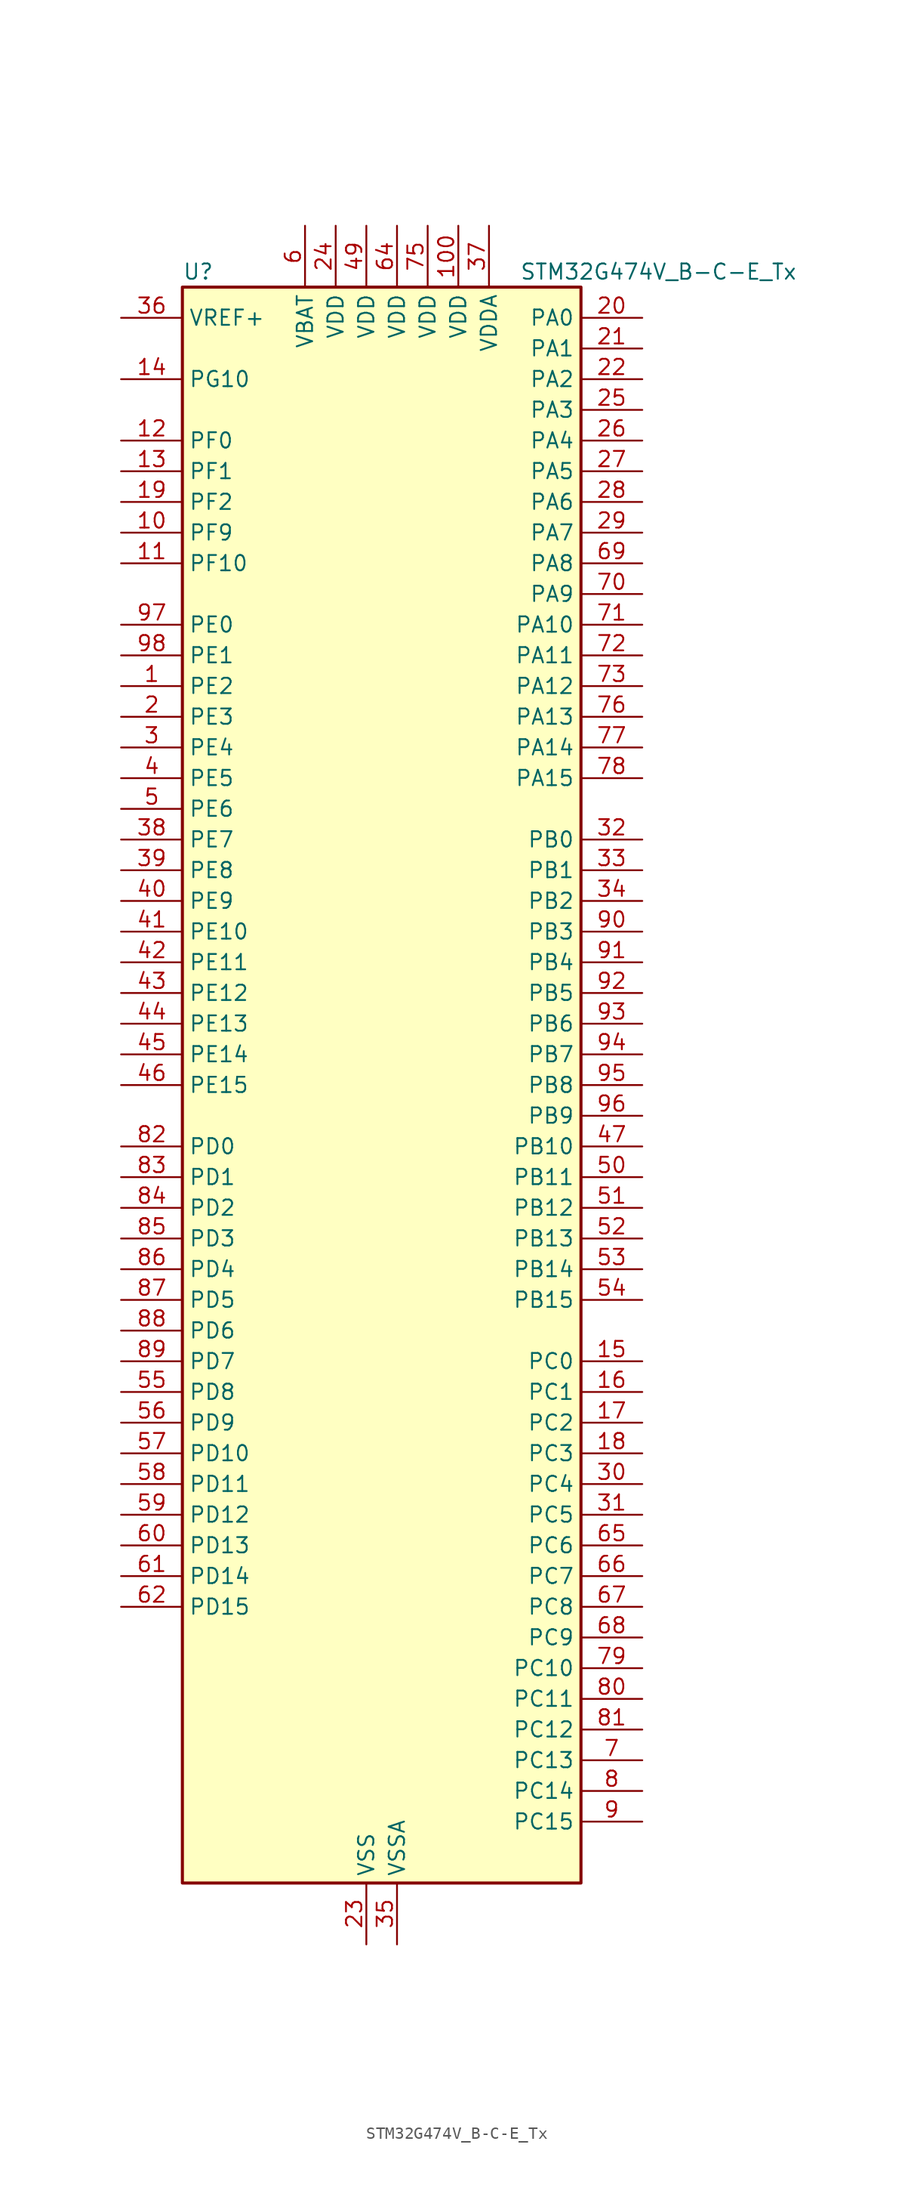
<source format=kicad_sym>
(kicad_symbol_lib
  (version 20231120)
  (generator "kicad_symbol_editor")
  (generator_version "8.0")
  (symbol "STM32G474V_B-C-E_Tx"
    (property "Reference" "U"
      (at -15.24 67.31 0)
      (effects (font (size 1.27 1.27)) (justify left)))
    (property "Value" "STM32G474V_B-C-E_Tx"
      (at 12.7 67.31 0)
      (effects (font (size 1.27 1.27)) (justify left)))
    (property "ki_locked" ""
      (at 0 0 0)
      (effects (font (size 1.27 1.27))))
    (symbol "STM32G474V_B-C-E_Tx_0_1"
      (rectangle (start -15.24 -66.04) (end 17.78 66.04) (stroke (width 0.254) (type default)) (fill (type background))))
    (symbol "STM32G474V_B-C-E_Tx_1_1"
      (pin bidirectional line (at -20.32 33.02 0) (length 5.08) (name "PE2" (effects (font (size 1.27 1.27)))) (number "1" (effects (font (size 1.27 1.27)))) (alternate "ADC3_EXTI2" bidirectional line) (alternate "ADC4_EXTI2" bidirectional line) (alternate "ADC5_EXTI2" bidirectional line) (alternate "FMC_A23" bidirectional line) (alternate "SAI1_CK1" bidirectional line) (alternate "SAI1_MCLK_A" bidirectional line) (alternate "SPI4_SCK" bidirectional line) (alternate "SYS_TRACECLK" bidirectional line) (alternate "TIM20_CH1" bidirectional line) (alternate "TIM3_CH1" bidirectional line))
      (pin bidirectional line (at -20.32 45.72 0) (length 5.08) (name "PF9" (effects (font (size 1.27 1.27)))) (number "10" (effects (font (size 1.27 1.27)))) (alternate "DAC1_EXTI9" bidirectional line) (alternate "DAC2_EXTI9" bidirectional line) (alternate "DAC3_EXTI9" bidirectional line) (alternate "DAC4_EXTI9" bidirectional line) (alternate "FMC_A25" bidirectional line) (alternate "QUADSPI1_BK1_IO1" bidirectional line) (alternate "SAI1_FS_B" bidirectional line) (alternate "SPI2_SCK" bidirectional line) (alternate "TIM15_CH1" bidirectional line) (alternate "TIM20_BKIN" bidirectional line) (alternate "TIM5_CH4" bidirectional line))
      (pin power_in line (at 7.62 71.12 270) (length 5.08) (name "VDD" (effects (font (size 1.27 1.27)))) (number "100" (effects (font (size 1.27 1.27)))))
      (pin bidirectional line (at -20.32 43.18 0) (length 5.08) (name "PF10" (effects (font (size 1.27 1.27)))) (number "11" (effects (font (size 1.27 1.27)))) (alternate "DAC1_EXTI10" bidirectional line) (alternate "DAC2_EXTI10" bidirectional line) (alternate "DAC3_EXTI10" bidirectional line) (alternate "DAC4_EXTI10" bidirectional line) (alternate "FMC_A0" bidirectional line) (alternate "QUADSPI1_CLK" bidirectional line) (alternate "SAI1_D3" bidirectional line) (alternate "SPI2_SCK" bidirectional line) (alternate "TIM15_CH2" bidirectional line) (alternate "TIM20_BKIN2" bidirectional line))
      (pin bidirectional line (at -20.32 53.34 0) (length 5.08) (name "PF0" (effects (font (size 1.27 1.27)))) (number "12" (effects (font (size 1.27 1.27)))) (alternate "ADC1_IN10" bidirectional line) (alternate "I2C2_SDA" bidirectional line) (alternate "I2S2_WS" bidirectional line) (alternate "RCC_OSC_IN" bidirectional line) (alternate "SPI2_NSS" bidirectional line) (alternate "TIM1_CH3N" bidirectional line))
      (pin bidirectional line (at -20.32 50.8 0) (length 5.08) (name "PF1" (effects (font (size 1.27 1.27)))) (number "13" (effects (font (size 1.27 1.27)))) (alternate "ADC2_IN10" bidirectional line) (alternate "COMP3_INM" bidirectional line) (alternate "I2S2_CK" bidirectional line) (alternate "RCC_OSC_OUT" bidirectional line) (alternate "SPI2_SCK" bidirectional line))
      (pin bidirectional line (at -20.32 58.42 0) (length 5.08) (name "PG10" (effects (font (size 1.27 1.27)))) (number "14" (effects (font (size 1.27 1.27)))) (alternate "DAC1_EXTI10" bidirectional line) (alternate "DAC2_EXTI10" bidirectional line) (alternate "DAC3_EXTI10" bidirectional line) (alternate "DAC4_EXTI10" bidirectional line) (alternate "RCC_MCO" bidirectional line))
      (pin bidirectional line (at 22.86 -22.86 180) (length 5.08) (name "PC0" (effects (font (size 1.27 1.27)))) (number "15" (effects (font (size 1.27 1.27)))) (alternate "ADC1_IN6" bidirectional line) (alternate "ADC2_IN6" bidirectional line) (alternate "COMP3_INM" bidirectional line) (alternate "LPTIM1_IN1" bidirectional line) (alternate "LPUART1_RX" bidirectional line) (alternate "TIM1_CH1" bidirectional line))
      (pin bidirectional line (at 22.86 -25.4 180) (length 5.08) (name "PC1" (effects (font (size 1.27 1.27)))) (number "16" (effects (font (size 1.27 1.27)))) (alternate "ADC1_IN7" bidirectional line) (alternate "ADC2_IN7" bidirectional line) (alternate "COMP3_INP" bidirectional line) (alternate "LPTIM1_OUT" bidirectional line) (alternate "LPUART1_TX" bidirectional line) (alternate "QUADSPI1_BK2_IO0" bidirectional line) (alternate "SAI1_SD_A" bidirectional line) (alternate "TIM1_CH2" bidirectional line))
      (pin bidirectional line (at 22.86 -27.94 180) (length 5.08) (name "PC2" (effects (font (size 1.27 1.27)))) (number "17" (effects (font (size 1.27 1.27)))) (alternate "ADC1_IN8" bidirectional line) (alternate "ADC2_IN8" bidirectional line) (alternate "ADC3_EXTI2" bidirectional line) (alternate "ADC4_EXTI2" bidirectional line) (alternate "ADC5_EXTI2" bidirectional line) (alternate "COMP3_OUT" bidirectional line) (alternate "LPTIM1_IN2" bidirectional line) (alternate "QUADSPI1_BK2_IO1" bidirectional line) (alternate "TIM1_CH3" bidirectional line) (alternate "TIM20_CH2" bidirectional line))
      (pin bidirectional line (at 22.86 -30.48 180) (length 5.08) (name "PC3" (effects (font (size 1.27 1.27)))) (number "18" (effects (font (size 1.27 1.27)))) (alternate "ADC1_IN9" bidirectional line) (alternate "ADC2_IN9" bidirectional line) (alternate "ADC3_EXTI3" bidirectional line) (alternate "ADC4_EXTI3" bidirectional line) (alternate "ADC5_EXTI3" bidirectional line) (alternate "LPTIM1_ETR" bidirectional line) (alternate "OPAMP5_VINP" bidirectional line) (alternate "OPAMP5_VINP_SEC" bidirectional line) (alternate "QUADSPI1_BK2_IO2" bidirectional line) (alternate "SAI1_D1" bidirectional line) (alternate "SAI1_SD_A" bidirectional line) (alternate "TIM1_BKIN2" bidirectional line) (alternate "TIM1_CH4" bidirectional line))
      (pin bidirectional line (at -20.32 48.26 0) (length 5.08) (name "PF2" (effects (font (size 1.27 1.27)))) (number "19" (effects (font (size 1.27 1.27)))) (alternate "ADC3_EXTI2" bidirectional line) (alternate "ADC4_EXTI2" bidirectional line) (alternate "ADC5_EXTI2" bidirectional line) (alternate "FMC_A2" bidirectional line) (alternate "I2C2_SMBA" bidirectional line) (alternate "TIM20_CH3" bidirectional line))
      (pin bidirectional line (at -20.32 30.48 0) (length 5.08) (name "PE3" (effects (font (size 1.27 1.27)))) (number "2" (effects (font (size 1.27 1.27)))) (alternate "ADC3_EXTI3" bidirectional line) (alternate "ADC4_EXTI3" bidirectional line) (alternate "ADC5_EXTI3" bidirectional line) (alternate "FMC_A19" bidirectional line) (alternate "SAI1_SD_B" bidirectional line) (alternate "SPI4_NSS" bidirectional line) (alternate "SYS_TRACED0" bidirectional line) (alternate "TIM20_CH2" bidirectional line) (alternate "TIM3_CH2" bidirectional line))
      (pin bidirectional line (at 22.86 63.5 180) (length 5.08) (name "PA0" (effects (font (size 1.27 1.27)))) (number "20" (effects (font (size 1.27 1.27)))) (alternate "ADC1_IN1" bidirectional line) (alternate "ADC2_IN1" bidirectional line) (alternate "COMP1_INM" bidirectional line) (alternate "COMP1_OUT" bidirectional line) (alternate "COMP3_INP" bidirectional line) (alternate "RTC_TAMP2" bidirectional line) (alternate "SYS_WKUP1" bidirectional line) (alternate "TIM2_CH1" bidirectional line) (alternate "TIM2_ETR" bidirectional line) (alternate "TIM5_CH1" bidirectional line) (alternate "TIM8_BKIN" bidirectional line) (alternate "TIM8_ETR" bidirectional line) (alternate "USART2_CTS" bidirectional line) (alternate "USART2_NSS" bidirectional line))
      (pin bidirectional line (at 22.86 60.96 180) (length 5.08) (name "PA1" (effects (font (size 1.27 1.27)))) (number "21" (effects (font (size 1.27 1.27)))) (alternate "ADC1_IN2" bidirectional line) (alternate "ADC2_IN2" bidirectional line) (alternate "COMP1_INP" bidirectional line) (alternate "OPAMP1_VINP" bidirectional line) (alternate "OPAMP1_VINP_SEC" bidirectional line) (alternate "OPAMP3_VINP" bidirectional line) (alternate "OPAMP3_VINP_SEC" bidirectional line) (alternate "OPAMP6_VINM" bidirectional line) (alternate "OPAMP6_VINM0" bidirectional line) (alternate "OPAMP6_VINM_SEC" bidirectional line) (alternate "RTC_REFIN" bidirectional line) (alternate "TIM15_CH1N" bidirectional line) (alternate "TIM2_CH2" bidirectional line) (alternate "TIM5_CH2" bidirectional line) (alternate "USART2_DE" bidirectional line) (alternate "USART2_RTS" bidirectional line))
      (pin bidirectional line (at 22.86 58.42 180) (length 5.08) (name "PA2" (effects (font (size 1.27 1.27)))) (number "22" (effects (font (size 1.27 1.27)))) (alternate "ADC1_IN3" bidirectional line) (alternate "ADC3_EXTI2" bidirectional line) (alternate "ADC4_EXTI2" bidirectional line) (alternate "ADC5_EXTI2" bidirectional line) (alternate "COMP2_INM" bidirectional line) (alternate "COMP2_OUT" bidirectional line) (alternate "LPUART1_TX" bidirectional line) (alternate "OPAMP1_VOUT" bidirectional line) (alternate "QUADSPI1_BK1_NCS" bidirectional line) (alternate "RCC_LSCO" bidirectional line) (alternate "SYS_WKUP4" bidirectional line) (alternate "TIM15_CH1" bidirectional line) (alternate "TIM2_CH3" bidirectional line) (alternate "TIM5_CH3" bidirectional line) (alternate "UCPD1_FRSTX1" bidirectional line) (alternate "UCPD1_FRSTX2" bidirectional line) (alternate "USART2_TX" bidirectional line))
      (pin power_in line (at 0 -71.12 90) (length 5.08) (name "VSS" (effects (font (size 1.27 1.27)))) (number "23" (effects (font (size 1.27 1.27)))))
      (pin power_in line (at -2.54 71.12 270) (length 5.08) (name "VDD" (effects (font (size 1.27 1.27)))) (number "24" (effects (font (size 1.27 1.27)))))
      (pin bidirectional line (at 22.86 55.88 180) (length 5.08) (name "PA3" (effects (font (size 1.27 1.27)))) (number "25" (effects (font (size 1.27 1.27)))) (alternate "ADC1_IN4" bidirectional line) (alternate "ADC3_EXTI3" bidirectional line) (alternate "ADC4_EXTI3" bidirectional line) (alternate "ADC5_EXTI3" bidirectional line) (alternate "COMP2_INP" bidirectional line) (alternate "LPUART1_RX" bidirectional line) (alternate "OPAMP1_VINM" bidirectional line) (alternate "OPAMP1_VINM0" bidirectional line) (alternate "OPAMP1_VINM_SEC" bidirectional line) (alternate "OPAMP1_VINP" bidirectional line) (alternate "OPAMP1_VINP_SEC" bidirectional line) (alternate "OPAMP5_VINM" bidirectional line) (alternate "OPAMP5_VINM1" bidirectional line) (alternate "OPAMP5_VINM_SEC" bidirectional line) (alternate "QUADSPI1_CLK" bidirectional line) (alternate "SAI1_CK1" bidirectional line) (alternate "SAI1_MCLK_A" bidirectional line) (alternate "TIM15_CH2" bidirectional line) (alternate "TIM2_CH4" bidirectional line) (alternate "TIM5_CH4" bidirectional line) (alternate "USART2_RX" bidirectional line))
      (pin bidirectional line (at 22.86 53.34 180) (length 5.08) (name "PA4" (effects (font (size 1.27 1.27)))) (number "26" (effects (font (size 1.27 1.27)))) (alternate "ADC2_IN17" bidirectional line) (alternate "COMP1_INM" bidirectional line) (alternate "DAC1_OUT1" bidirectional line) (alternate "I2S3_WS" bidirectional line) (alternate "SAI1_FS_B" bidirectional line) (alternate "SPI1_NSS" bidirectional line) (alternate "SPI3_NSS" bidirectional line) (alternate "TIM3_CH2" bidirectional line) (alternate "USART2_CK" bidirectional line))
      (pin bidirectional line (at 22.86 50.8 180) (length 5.08) (name "PA5" (effects (font (size 1.27 1.27)))) (number "27" (effects (font (size 1.27 1.27)))) (alternate "ADC2_IN13" bidirectional line) (alternate "COMP2_INM" bidirectional line) (alternate "DAC1_OUT2" bidirectional line) (alternate "OPAMP2_VINM" bidirectional line) (alternate "OPAMP2_VINM0" bidirectional line) (alternate "OPAMP2_VINM_SEC" bidirectional line) (alternate "SPI1_SCK" bidirectional line) (alternate "TIM2_CH1" bidirectional line) (alternate "TIM2_ETR" bidirectional line) (alternate "UCPD1_FRSTX1" bidirectional line) (alternate "UCPD1_FRSTX2" bidirectional line))
      (pin bidirectional line (at 22.86 48.26 180) (length 5.08) (name "PA6" (effects (font (size 1.27 1.27)))) (number "28" (effects (font (size 1.27 1.27)))) (alternate "ADC2_IN3" bidirectional line) (alternate "COMP1_OUT" bidirectional line) (alternate "DAC2_OUT1" bidirectional line) (alternate "LPUART1_CTS" bidirectional line) (alternate "OPAMP2_VOUT" bidirectional line) (alternate "QUADSPI1_BK1_IO3" bidirectional line) (alternate "SPI1_MISO" bidirectional line) (alternate "TIM16_CH1" bidirectional line) (alternate "TIM1_BKIN" bidirectional line) (alternate "TIM3_CH1" bidirectional line) (alternate "TIM8_BKIN" bidirectional line))
      (pin bidirectional line (at 22.86 45.72 180) (length 5.08) (name "PA7" (effects (font (size 1.27 1.27)))) (number "29" (effects (font (size 1.27 1.27)))) (alternate "ADC2_IN4" bidirectional line) (alternate "COMP2_INP" bidirectional line) (alternate "COMP2_OUT" bidirectional line) (alternate "OPAMP1_VINP" bidirectional line) (alternate "OPAMP1_VINP_SEC" bidirectional line) (alternate "OPAMP2_VINP" bidirectional line) (alternate "OPAMP2_VINP_SEC" bidirectional line) (alternate "QUADSPI1_BK1_IO2" bidirectional line) (alternate "SPI1_MOSI" bidirectional line) (alternate "TIM17_CH1" bidirectional line) (alternate "TIM1_CH1N" bidirectional line) (alternate "TIM3_CH2" bidirectional line) (alternate "TIM8_CH1N" bidirectional line) (alternate "UCPD1_FRSTX1" bidirectional line) (alternate "UCPD1_FRSTX2" bidirectional line))
      (pin bidirectional line (at -20.32 27.94 0) (length 5.08) (name "PE4" (effects (font (size 1.27 1.27)))) (number "3" (effects (font (size 1.27 1.27)))) (alternate "FMC_A20" bidirectional line) (alternate "SAI1_D2" bidirectional line) (alternate "SAI1_FS_A" bidirectional line) (alternate "SPI4_NSS" bidirectional line) (alternate "SYS_TRACED1" bidirectional line) (alternate "TIM20_CH1N" bidirectional line) (alternate "TIM3_CH3" bidirectional line))
      (pin bidirectional line (at 22.86 -33.02 180) (length 5.08) (name "PC4" (effects (font (size 1.27 1.27)))) (number "30" (effects (font (size 1.27 1.27)))) (alternate "ADC2_IN5" bidirectional line) (alternate "I2C2_SCL" bidirectional line) (alternate "QUADSPI1_BK2_IO3" bidirectional line) (alternate "TIM1_ETR" bidirectional line) (alternate "USART1_TX" bidirectional line))
      (pin bidirectional line (at 22.86 -35.56 180) (length 5.08) (name "PC5" (effects (font (size 1.27 1.27)))) (number "31" (effects (font (size 1.27 1.27)))) (alternate "ADC2_IN11" bidirectional line) (alternate "HRTIM1_EEV10" bidirectional line) (alternate "OPAMP1_VINM" bidirectional line) (alternate "OPAMP1_VINM1" bidirectional line) (alternate "OPAMP1_VINM_SEC" bidirectional line) (alternate "OPAMP2_VINM" bidirectional line) (alternate "OPAMP2_VINM1" bidirectional line) (alternate "OPAMP2_VINM_SEC" bidirectional line) (alternate "SAI1_D3" bidirectional line) (alternate "SYS_WKUP5" bidirectional line) (alternate "TIM15_BKIN" bidirectional line) (alternate "TIM1_CH4N" bidirectional line) (alternate "USART1_RX" bidirectional line))
      (pin bidirectional line (at 22.86 20.32 180) (length 5.08) (name "PB0" (effects (font (size 1.27 1.27)))) (number "32" (effects (font (size 1.27 1.27)))) (alternate "ADC1_IN15" bidirectional line) (alternate "ADC3_IN12" bidirectional line) (alternate "COMP4_INP" bidirectional line) (alternate "HRTIM1_FLT5" bidirectional line) (alternate "OPAMP2_VINP" bidirectional line) (alternate "OPAMP2_VINP_SEC" bidirectional line) (alternate "OPAMP3_VINP" bidirectional line) (alternate "OPAMP3_VINP_SEC" bidirectional line) (alternate "QUADSPI1_BK1_IO1" bidirectional line) (alternate "TIM1_CH2N" bidirectional line) (alternate "TIM3_CH3" bidirectional line) (alternate "TIM8_CH2N" bidirectional line) (alternate "UCPD1_FRSTX1" bidirectional line) (alternate "UCPD1_FRSTX2" bidirectional line))
      (pin bidirectional line (at 22.86 17.78 180) (length 5.08) (name "PB1" (effects (font (size 1.27 1.27)))) (number "33" (effects (font (size 1.27 1.27)))) (alternate "ADC1_IN12" bidirectional line) (alternate "ADC3_IN1" bidirectional line) (alternate "COMP1_INP" bidirectional line) (alternate "COMP4_OUT" bidirectional line) (alternate "HRTIM1_SCOUT" bidirectional line) (alternate "LPUART1_DE" bidirectional line) (alternate "LPUART1_RTS" bidirectional line) (alternate "OPAMP3_VOUT" bidirectional line) (alternate "OPAMP6_VINM" bidirectional line) (alternate "OPAMP6_VINM1" bidirectional line) (alternate "OPAMP6_VINM_SEC" bidirectional line) (alternate "QUADSPI1_BK1_IO0" bidirectional line) (alternate "TIM1_CH3N" bidirectional line) (alternate "TIM3_CH4" bidirectional line) (alternate "TIM8_CH3N" bidirectional line))
      (pin bidirectional line (at 22.86 15.24 180) (length 5.08) (name "PB2" (effects (font (size 1.27 1.27)))) (number "34" (effects (font (size 1.27 1.27)))) (alternate "ADC2_IN12" bidirectional line) (alternate "ADC3_EXTI2" bidirectional line) (alternate "ADC4_EXTI2" bidirectional line) (alternate "ADC5_EXTI2" bidirectional line) (alternate "COMP4_INM" bidirectional line) (alternate "HRTIM1_SCIN" bidirectional line) (alternate "I2C3_SMBA" bidirectional line) (alternate "LPTIM1_OUT" bidirectional line) (alternate "OPAMP3_VINM" bidirectional line) (alternate "OPAMP3_VINM0" bidirectional line) (alternate "OPAMP3_VINM_SEC" bidirectional line) (alternate "QUADSPI1_BK2_IO1" bidirectional line) (alternate "RTC_OUT2" bidirectional line) (alternate "TIM20_CH1" bidirectional line) (alternate "TIM5_CH1" bidirectional line))
      (pin power_in line (at 2.54 -71.12 90) (length 5.08) (name "VSSA" (effects (font (size 1.27 1.27)))) (number "35" (effects (font (size 1.27 1.27)))))
      (pin input line (at -20.32 63.5 0) (length 5.08) (name "VREF+" (effects (font (size 1.27 1.27)))) (number "36" (effects (font (size 1.27 1.27)))) (alternate "VREFBUF_OUT" bidirectional line))
      (pin power_in line (at 10.16 71.12 270) (length 5.08) (name "VDDA" (effects (font (size 1.27 1.27)))) (number "37" (effects (font (size 1.27 1.27)))))
      (pin bidirectional line (at -20.32 20.32 0) (length 5.08) (name "PE7" (effects (font (size 1.27 1.27)))) (number "38" (effects (font (size 1.27 1.27)))) (alternate "ADC3_IN4" bidirectional line) (alternate "COMP4_INP" bidirectional line) (alternate "FMC_D4" bidirectional line) (alternate "FMC_DA4" bidirectional line) (alternate "SAI1_SD_B" bidirectional line) (alternate "TIM1_ETR" bidirectional line))
      (pin bidirectional line (at -20.32 17.78 0) (length 5.08) (name "PE8" (effects (font (size 1.27 1.27)))) (number "39" (effects (font (size 1.27 1.27)))) (alternate "ADC3_IN6" bidirectional line) (alternate "ADC4_IN6" bidirectional line) (alternate "ADC5_IN6" bidirectional line) (alternate "COMP4_INM" bidirectional line) (alternate "FMC_D5" bidirectional line) (alternate "FMC_DA5" bidirectional line) (alternate "SAI1_SCK_B" bidirectional line) (alternate "TIM1_CH1N" bidirectional line) (alternate "TIM5_CH3" bidirectional line))
      (pin bidirectional line (at -20.32 25.4 0) (length 5.08) (name "PE5" (effects (font (size 1.27 1.27)))) (number "4" (effects (font (size 1.27 1.27)))) (alternate "FMC_A21" bidirectional line) (alternate "SAI1_CK2" bidirectional line) (alternate "SAI1_SCK_A" bidirectional line) (alternate "SPI4_MISO" bidirectional line) (alternate "SYS_TRACED2" bidirectional line) (alternate "TIM20_CH2N" bidirectional line) (alternate "TIM3_CH4" bidirectional line))
      (pin bidirectional line (at -20.32 15.24 0) (length 5.08) (name "PE9" (effects (font (size 1.27 1.27)))) (number "40" (effects (font (size 1.27 1.27)))) (alternate "ADC3_IN2" bidirectional line) (alternate "DAC1_EXTI9" bidirectional line) (alternate "DAC2_EXTI9" bidirectional line) (alternate "DAC3_EXTI9" bidirectional line) (alternate "DAC4_EXTI9" bidirectional line) (alternate "FMC_D6" bidirectional line) (alternate "FMC_DA6" bidirectional line) (alternate "SAI1_FS_B" bidirectional line) (alternate "TIM1_CH1" bidirectional line) (alternate "TIM5_CH4" bidirectional line))
      (pin bidirectional line (at -20.32 12.7 0) (length 5.08) (name "PE10" (effects (font (size 1.27 1.27)))) (number "41" (effects (font (size 1.27 1.27)))) (alternate "ADC3_IN14" bidirectional line) (alternate "ADC4_IN14" bidirectional line) (alternate "ADC5_IN14" bidirectional line) (alternate "DAC1_EXTI10" bidirectional line) (alternate "DAC2_EXTI10" bidirectional line) (alternate "DAC3_EXTI10" bidirectional line) (alternate "DAC4_EXTI10" bidirectional line) (alternate "FMC_D7" bidirectional line) (alternate "FMC_DA7" bidirectional line) (alternate "QUADSPI1_CLK" bidirectional line) (alternate "SAI1_MCLK_B" bidirectional line) (alternate "TIM1_CH2N" bidirectional line))
      (pin bidirectional line (at -20.32 10.16 0) (length 5.08) (name "PE11" (effects (font (size 1.27 1.27)))) (number "42" (effects (font (size 1.27 1.27)))) (alternate "ADC1_EXTI11" bidirectional line) (alternate "ADC2_EXTI11" bidirectional line) (alternate "ADC3_IN15" bidirectional line) (alternate "ADC4_IN15" bidirectional line) (alternate "ADC5_IN15" bidirectional line) (alternate "FMC_D8" bidirectional line) (alternate "FMC_DA8" bidirectional line) (alternate "QUADSPI1_BK1_NCS" bidirectional line) (alternate "SPI4_NSS" bidirectional line) (alternate "TIM1_CH2" bidirectional line))
      (pin bidirectional line (at -20.32 7.62 0) (length 5.08) (name "PE12" (effects (font (size 1.27 1.27)))) (number "43" (effects (font (size 1.27 1.27)))) (alternate "ADC3_IN16" bidirectional line) (alternate "ADC4_IN16" bidirectional line) (alternate "ADC5_IN16" bidirectional line) (alternate "FMC_D9" bidirectional line) (alternate "FMC_DA9" bidirectional line) (alternate "QUADSPI1_BK1_IO0" bidirectional line) (alternate "SPI4_SCK" bidirectional line) (alternate "TIM1_CH3N" bidirectional line))
      (pin bidirectional line (at -20.32 5.08 0) (length 5.08) (name "PE13" (effects (font (size 1.27 1.27)))) (number "44" (effects (font (size 1.27 1.27)))) (alternate "ADC3_IN3" bidirectional line) (alternate "FMC_D10" bidirectional line) (alternate "FMC_DA10" bidirectional line) (alternate "QUADSPI1_BK1_IO1" bidirectional line) (alternate "SPI4_MISO" bidirectional line) (alternate "TIM1_CH3" bidirectional line))
      (pin bidirectional line (at -20.32 2.54 0) (length 5.08) (name "PE14" (effects (font (size 1.27 1.27)))) (number "45" (effects (font (size 1.27 1.27)))) (alternate "ADC4_IN1" bidirectional line) (alternate "FMC_D11" bidirectional line) (alternate "FMC_DA11" bidirectional line) (alternate "QUADSPI1_BK1_IO2" bidirectional line) (alternate "SPI4_MOSI" bidirectional line) (alternate "TIM1_BKIN2" bidirectional line) (alternate "TIM1_CH4" bidirectional line))
      (pin bidirectional line (at -20.32 0 0) (length 5.08) (name "PE15" (effects (font (size 1.27 1.27)))) (number "46" (effects (font (size 1.27 1.27)))) (alternate "ADC1_EXTI15" bidirectional line) (alternate "ADC2_EXTI15" bidirectional line) (alternate "ADC4_IN2" bidirectional line) (alternate "FMC_D12" bidirectional line) (alternate "FMC_DA12" bidirectional line) (alternate "QUADSPI1_BK1_IO3" bidirectional line) (alternate "TIM1_BKIN" bidirectional line) (alternate "TIM1_CH4N" bidirectional line) (alternate "USART3_RX" bidirectional line))
      (pin bidirectional line (at 22.86 -5.08 180) (length 5.08) (name "PB10" (effects (font (size 1.27 1.27)))) (number "47" (effects (font (size 1.27 1.27)))) (alternate "COMP5_INM" bidirectional line) (alternate "DAC1_EXTI10" bidirectional line) (alternate "DAC2_EXTI10" bidirectional line) (alternate "DAC3_EXTI10" bidirectional line) (alternate "DAC4_EXTI10" bidirectional line) (alternate "HRTIM1_FLT3" bidirectional line) (alternate "LPUART1_RX" bidirectional line) (alternate "OPAMP3_VINM" bidirectional line) (alternate "OPAMP3_VINM1" bidirectional line) (alternate "OPAMP3_VINM_SEC" bidirectional line) (alternate "OPAMP4_VINM" bidirectional line) (alternate "OPAMP4_VINM0" bidirectional line) (alternate "OPAMP4_VINM_SEC" bidirectional line) (alternate "QUADSPI1_CLK" bidirectional line) (alternate "SAI1_SCK_A" bidirectional line) (alternate "TIM1_BKIN" bidirectional line) (alternate "TIM2_CH3" bidirectional line) (alternate "USART3_TX" bidirectional line))
      (pin passive line (at 0 -71.12 90) (length 5.08) hide (name "VSS" (effects (font (size 1.27 1.27)))) (number "48" (effects (font (size 1.27 1.27)))))
      (pin power_in line (at 0 71.12 270) (length 5.08) (name "VDD" (effects (font (size 1.27 1.27)))) (number "49" (effects (font (size 1.27 1.27)))))
      (pin bidirectional line (at -20.32 22.86 0) (length 5.08) (name "PE6" (effects (font (size 1.27 1.27)))) (number "5" (effects (font (size 1.27 1.27)))) (alternate "FMC_A22" bidirectional line) (alternate "RTC_TAMP3" bidirectional line) (alternate "SAI1_D1" bidirectional line) (alternate "SAI1_SD_A" bidirectional line) (alternate "SPI4_MOSI" bidirectional line) (alternate "SYS_TRACED3" bidirectional line) (alternate "SYS_WKUP3" bidirectional line) (alternate "TIM20_CH3N" bidirectional line))
      (pin bidirectional line (at 22.86 -7.62 180) (length 5.08) (name "PB11" (effects (font (size 1.27 1.27)))) (number "50" (effects (font (size 1.27 1.27)))) (alternate "ADC1_EXTI11" bidirectional line) (alternate "ADC1_IN14" bidirectional line) (alternate "ADC2_EXTI11" bidirectional line) (alternate "ADC2_IN14" bidirectional line) (alternate "COMP6_INP" bidirectional line) (alternate "HRTIM1_FLT4" bidirectional line) (alternate "LPUART1_TX" bidirectional line) (alternate "OPAMP4_VINP" bidirectional line) (alternate "OPAMP4_VINP_SEC" bidirectional line) (alternate "OPAMP6_VOUT" bidirectional line) (alternate "QUADSPI1_BK1_NCS" bidirectional line) (alternate "TIM2_CH4" bidirectional line) (alternate "USART3_RX" bidirectional line))
      (pin bidirectional line (at 22.86 -10.16 180) (length 5.08) (name "PB12" (effects (font (size 1.27 1.27)))) (number "51" (effects (font (size 1.27 1.27)))) (alternate "ADC1_IN11" bidirectional line) (alternate "ADC4_IN3" bidirectional line) (alternate "COMP7_INM" bidirectional line) (alternate "FDCAN2_RX" bidirectional line) (alternate "HRTIM1_CHC1" bidirectional line) (alternate "I2C2_SMBA" bidirectional line) (alternate "I2S2_WS" bidirectional line) (alternate "LPUART1_DE" bidirectional line) (alternate "LPUART1_RTS" bidirectional line) (alternate "OPAMP4_VOUT" bidirectional line) (alternate "OPAMP6_VINP" bidirectional line) (alternate "OPAMP6_VINP_SEC" bidirectional line) (alternate "SPI2_NSS" bidirectional line) (alternate "TIM1_BKIN" bidirectional line) (alternate "TIM5_ETR" bidirectional line) (alternate "USART3_CK" bidirectional line))
      (pin bidirectional line (at 22.86 -12.7 180) (length 5.08) (name "PB13" (effects (font (size 1.27 1.27)))) (number "52" (effects (font (size 1.27 1.27)))) (alternate "ADC3_IN5" bidirectional line) (alternate "COMP5_INP" bidirectional line) (alternate "FDCAN2_TX" bidirectional line) (alternate "HRTIM1_CHC2" bidirectional line) (alternate "I2S2_CK" bidirectional line) (alternate "LPUART1_CTS" bidirectional line) (alternate "OPAMP3_VINP" bidirectional line) (alternate "OPAMP3_VINP_SEC" bidirectional line) (alternate "OPAMP4_VINP" bidirectional line) (alternate "OPAMP4_VINP_SEC" bidirectional line) (alternate "OPAMP6_VINP" bidirectional line) (alternate "OPAMP6_VINP_SEC" bidirectional line) (alternate "SPI2_SCK" bidirectional line) (alternate "TIM1_CH1N" bidirectional line) (alternate "USART3_CTS" bidirectional line) (alternate "USART3_NSS" bidirectional line))
      (pin bidirectional line (at 22.86 -15.24 180) (length 5.08) (name "PB14" (effects (font (size 1.27 1.27)))) (number "53" (effects (font (size 1.27 1.27)))) (alternate "ADC1_IN5" bidirectional line) (alternate "ADC4_IN4" bidirectional line) (alternate "COMP4_OUT" bidirectional line) (alternate "COMP7_INP" bidirectional line) (alternate "HRTIM1_CHD1" bidirectional line) (alternate "OPAMP2_VINP" bidirectional line) (alternate "OPAMP2_VINP_SEC" bidirectional line) (alternate "OPAMP5_VINP" bidirectional line) (alternate "OPAMP5_VINP_SEC" bidirectional line) (alternate "SPI2_MISO" bidirectional line) (alternate "TIM15_CH1" bidirectional line) (alternate "TIM1_CH2N" bidirectional line) (alternate "USART3_DE" bidirectional line) (alternate "USART3_RTS" bidirectional line))
      (pin bidirectional line (at 22.86 -17.78 180) (length 5.08) (name "PB15" (effects (font (size 1.27 1.27)))) (number "54" (effects (font (size 1.27 1.27)))) (alternate "ADC1_EXTI15" bidirectional line) (alternate "ADC2_EXTI15" bidirectional line) (alternate "ADC2_IN15" bidirectional line) (alternate "ADC4_IN5" bidirectional line) (alternate "COMP3_OUT" bidirectional line) (alternate "COMP6_INM" bidirectional line) (alternate "HRTIM1_CHD2" bidirectional line) (alternate "I2S2_SD" bidirectional line) (alternate "OPAMP5_VINM" bidirectional line) (alternate "OPAMP5_VINM0" bidirectional line) (alternate "OPAMP5_VINM_SEC" bidirectional line) (alternate "RTC_REFIN" bidirectional line) (alternate "SPI2_MOSI" bidirectional line) (alternate "TIM15_CH1N" bidirectional line) (alternate "TIM15_CH2" bidirectional line) (alternate "TIM1_CH3N" bidirectional line))
      (pin bidirectional line (at -20.32 -25.4 0) (length 5.08) (name "PD8" (effects (font (size 1.27 1.27)))) (number "55" (effects (font (size 1.27 1.27)))) (alternate "ADC4_IN12" bidirectional line) (alternate "ADC5_IN12" bidirectional line) (alternate "FMC_D13" bidirectional line) (alternate "FMC_DA13" bidirectional line) (alternate "OPAMP4_VINM" bidirectional line) (alternate "OPAMP4_VINM1" bidirectional line) (alternate "OPAMP4_VINM_SEC" bidirectional line) (alternate "USART3_TX" bidirectional line))
      (pin bidirectional line (at -20.32 -27.94 0) (length 5.08) (name "PD9" (effects (font (size 1.27 1.27)))) (number "56" (effects (font (size 1.27 1.27)))) (alternate "ADC4_IN13" bidirectional line) (alternate "ADC5_IN13" bidirectional line) (alternate "DAC1_EXTI9" bidirectional line) (alternate "DAC2_EXTI9" bidirectional line) (alternate "DAC3_EXTI9" bidirectional line) (alternate "DAC4_EXTI9" bidirectional line) (alternate "FMC_D14" bidirectional line) (alternate "FMC_DA14" bidirectional line) (alternate "OPAMP6_VINP" bidirectional line) (alternate "OPAMP6_VINP_SEC" bidirectional line) (alternate "USART3_RX" bidirectional line))
      (pin bidirectional line (at -20.32 -30.48 0) (length 5.08) (name "PD10" (effects (font (size 1.27 1.27)))) (number "57" (effects (font (size 1.27 1.27)))) (alternate "ADC3_IN7" bidirectional line) (alternate "ADC4_IN7" bidirectional line) (alternate "ADC5_IN7" bidirectional line) (alternate "COMP6_INM" bidirectional line) (alternate "DAC1_EXTI10" bidirectional line) (alternate "DAC2_EXTI10" bidirectional line) (alternate "DAC3_EXTI10" bidirectional line) (alternate "DAC4_EXTI10" bidirectional line) (alternate "FMC_D15" bidirectional line) (alternate "FMC_DA15" bidirectional line) (alternate "USART3_CK" bidirectional line))
      (pin bidirectional line (at -20.32 -33.02 0) (length 5.08) (name "PD11" (effects (font (size 1.27 1.27)))) (number "58" (effects (font (size 1.27 1.27)))) (alternate "ADC1_EXTI11" bidirectional line) (alternate "ADC2_EXTI11" bidirectional line) (alternate "ADC3_IN8" bidirectional line) (alternate "ADC4_IN8" bidirectional line) (alternate "ADC5_IN8" bidirectional line) (alternate "COMP6_INP" bidirectional line) (alternate "FMC_A16" bidirectional line) (alternate "FMC_CLE" bidirectional line) (alternate "I2C4_SMBA" bidirectional line) (alternate "OPAMP4_VINP" bidirectional line) (alternate "OPAMP4_VINP_SEC" bidirectional line) (alternate "TIM5_ETR" bidirectional line) (alternate "USART3_CTS" bidirectional line) (alternate "USART3_NSS" bidirectional line))
      (pin bidirectional line (at -20.32 -35.56 0) (length 5.08) (name "PD12" (effects (font (size 1.27 1.27)))) (number "59" (effects (font (size 1.27 1.27)))) (alternate "ADC3_IN9" bidirectional line) (alternate "ADC4_IN9" bidirectional line) (alternate "ADC5_IN9" bidirectional line) (alternate "COMP5_INP" bidirectional line) (alternate "FMC_A17" bidirectional line) (alternate "FMC_ALE" bidirectional line) (alternate "OPAMP5_VINP" bidirectional line) (alternate "OPAMP5_VINP_SEC" bidirectional line) (alternate "TIM4_CH1" bidirectional line) (alternate "USART3_DE" bidirectional line) (alternate "USART3_RTS" bidirectional line))
      (pin power_in line (at -5.08 71.12 270) (length 5.08) (name "VBAT" (effects (font (size 1.27 1.27)))) (number "6" (effects (font (size 1.27 1.27)))))
      (pin bidirectional line (at -20.32 -38.1 0) (length 5.08) (name "PD13" (effects (font (size 1.27 1.27)))) (number "60" (effects (font (size 1.27 1.27)))) (alternate "ADC3_IN10" bidirectional line) (alternate "ADC4_IN10" bidirectional line) (alternate "ADC5_IN10" bidirectional line) (alternate "COMP5_INM" bidirectional line) (alternate "FMC_A18" bidirectional line) (alternate "TIM4_CH2" bidirectional line))
      (pin bidirectional line (at -20.32 -40.64 0) (length 5.08) (name "PD14" (effects (font (size 1.27 1.27)))) (number "61" (effects (font (size 1.27 1.27)))) (alternate "ADC3_IN11" bidirectional line) (alternate "ADC4_IN11" bidirectional line) (alternate "ADC5_IN11" bidirectional line) (alternate "COMP7_INP" bidirectional line) (alternate "FMC_D0" bidirectional line) (alternate "FMC_DA0" bidirectional line) (alternate "OPAMP2_VINP" bidirectional line) (alternate "OPAMP2_VINP_SEC" bidirectional line) (alternate "TIM4_CH3" bidirectional line))
      (pin bidirectional line (at -20.32 -43.18 0) (length 5.08) (name "PD15" (effects (font (size 1.27 1.27)))) (number "62" (effects (font (size 1.27 1.27)))) (alternate "ADC1_EXTI15" bidirectional line) (alternate "ADC2_EXTI15" bidirectional line) (alternate "COMP7_INM" bidirectional line) (alternate "FMC_D1" bidirectional line) (alternate "FMC_DA1" bidirectional line) (alternate "SPI2_NSS" bidirectional line) (alternate "TIM4_CH4" bidirectional line))
      (pin passive line (at 0 -71.12 90) (length 5.08) hide (name "VSS" (effects (font (size 1.27 1.27)))) (number "63" (effects (font (size 1.27 1.27)))))
      (pin power_in line (at 2.54 71.12 270) (length 5.08) (name "VDD" (effects (font (size 1.27 1.27)))) (number "64" (effects (font (size 1.27 1.27)))))
      (pin bidirectional line (at 22.86 -38.1 180) (length 5.08) (name "PC6" (effects (font (size 1.27 1.27)))) (number "65" (effects (font (size 1.27 1.27)))) (alternate "COMP6_OUT" bidirectional line) (alternate "HRTIM1_CHF1" bidirectional line) (alternate "HRTIM1_EEV10" bidirectional line) (alternate "I2C4_SCL" bidirectional line) (alternate "I2S2_MCK" bidirectional line) (alternate "TIM3_CH1" bidirectional line) (alternate "TIM8_CH1" bidirectional line))
      (pin bidirectional line (at 22.86 -40.64 180) (length 5.08) (name "PC7" (effects (font (size 1.27 1.27)))) (number "66" (effects (font (size 1.27 1.27)))) (alternate "COMP5_OUT" bidirectional line) (alternate "HRTIM1_CHF2" bidirectional line) (alternate "HRTIM1_FLT5" bidirectional line) (alternate "I2C4_SDA" bidirectional line) (alternate "I2S3_MCK" bidirectional line) (alternate "TIM3_CH2" bidirectional line) (alternate "TIM8_CH2" bidirectional line))
      (pin bidirectional line (at 22.86 -43.18 180) (length 5.08) (name "PC8" (effects (font (size 1.27 1.27)))) (number "67" (effects (font (size 1.27 1.27)))) (alternate "COMP7_OUT" bidirectional line) (alternate "HRTIM1_CHE1" bidirectional line) (alternate "I2C3_SCL" bidirectional line) (alternate "TIM20_CH3" bidirectional line) (alternate "TIM3_CH3" bidirectional line) (alternate "TIM8_CH3" bidirectional line))
      (pin bidirectional line (at 22.86 -45.72 180) (length 5.08) (name "PC9" (effects (font (size 1.27 1.27)))) (number "68" (effects (font (size 1.27 1.27)))) (alternate "DAC1_EXTI9" bidirectional line) (alternate "DAC2_EXTI9" bidirectional line) (alternate "DAC3_EXTI9" bidirectional line) (alternate "DAC4_EXTI9" bidirectional line) (alternate "HRTIM1_CHE2" bidirectional line) (alternate "I2C3_SDA" bidirectional line) (alternate "I2S_CKIN" bidirectional line) (alternate "TIM3_CH4" bidirectional line) (alternate "TIM8_BKIN2" bidirectional line) (alternate "TIM8_CH4" bidirectional line))
      (pin bidirectional line (at 22.86 43.18 180) (length 5.08) (name "PA8" (effects (font (size 1.27 1.27)))) (number "69" (effects (font (size 1.27 1.27)))) (alternate "ADC5_IN1" bidirectional line) (alternate "COMP7_OUT" bidirectional line) (alternate "FDCAN3_RX" bidirectional line) (alternate "HRTIM1_CHA1" bidirectional line) (alternate "I2C2_SDA" bidirectional line) (alternate "I2C3_SCL" bidirectional line) (alternate "I2S2_MCK" bidirectional line) (alternate "OPAMP5_VOUT" bidirectional line) (alternate "RCC_MCO" bidirectional line) (alternate "SAI1_CK2" bidirectional line) (alternate "SAI1_SCK_A" bidirectional line) (alternate "TIM1_CH1" bidirectional line) (alternate "TIM4_ETR" bidirectional line) (alternate "USART1_CK" bidirectional line))
      (pin bidirectional line (at 22.86 -55.88 180) (length 5.08) (name "PC13" (effects (font (size 1.27 1.27)))) (number "7" (effects (font (size 1.27 1.27)))) (alternate "RTC_OUT1" bidirectional line) (alternate "RTC_TAMP1" bidirectional line) (alternate "RTC_TS" bidirectional line) (alternate "SYS_WKUP2" bidirectional line) (alternate "TIM1_BKIN" bidirectional line) (alternate "TIM1_CH1N" bidirectional line) (alternate "TIM8_CH4N" bidirectional line))
      (pin bidirectional line (at 22.86 40.64 180) (length 5.08) (name "PA9" (effects (font (size 1.27 1.27)))) (number "70" (effects (font (size 1.27 1.27)))) (alternate "ADC5_IN2" bidirectional line) (alternate "COMP5_OUT" bidirectional line) (alternate "DAC1_EXTI9" bidirectional line) (alternate "DAC2_EXTI9" bidirectional line) (alternate "DAC3_EXTI9" bidirectional line) (alternate "DAC4_EXTI9" bidirectional line) (alternate "HRTIM1_CHA2" bidirectional line) (alternate "I2C2_SCL" bidirectional line) (alternate "I2C3_SMBA" bidirectional line) (alternate "I2S3_MCK" bidirectional line) (alternate "SAI1_FS_A" bidirectional line) (alternate "TIM15_BKIN" bidirectional line) (alternate "TIM1_CH2" bidirectional line) (alternate "TIM2_CH3" bidirectional line) (alternate "UCPD1_DBCC1" bidirectional line) (alternate "USART1_TX" bidirectional line))
      (pin bidirectional line (at 22.86 38.1 180) (length 5.08) (name "PA10" (effects (font (size 1.27 1.27)))) (number "71" (effects (font (size 1.27 1.27)))) (alternate "COMP6_OUT" bidirectional line) (alternate "CRS_SYNC" bidirectional line) (alternate "DAC1_EXTI10" bidirectional line) (alternate "DAC2_EXTI10" bidirectional line) (alternate "DAC3_EXTI10" bidirectional line) (alternate "DAC4_EXTI10" bidirectional line) (alternate "HRTIM1_CHB1" bidirectional line) (alternate "I2C2_SMBA" bidirectional line) (alternate "SAI1_D1" bidirectional line) (alternate "SAI1_SD_A" bidirectional line) (alternate "SPI2_MISO" bidirectional line) (alternate "TIM17_BKIN" bidirectional line) (alternate "TIM1_CH3" bidirectional line) (alternate "TIM2_CH4" bidirectional line) (alternate "TIM8_BKIN" bidirectional line) (alternate "UCPD1_DBCC2" bidirectional line) (alternate "USART1_RX" bidirectional line))
      (pin bidirectional line (at 22.86 35.56 180) (length 5.08) (name "PA11" (effects (font (size 1.27 1.27)))) (number "72" (effects (font (size 1.27 1.27)))) (alternate "ADC1_EXTI11" bidirectional line) (alternate "ADC2_EXTI11" bidirectional line) (alternate "COMP1_OUT" bidirectional line) (alternate "FDCAN1_RX" bidirectional line) (alternate "HRTIM1_CHB2" bidirectional line) (alternate "I2S2_SD" bidirectional line) (alternate "SPI2_MOSI" bidirectional line) (alternate "TIM1_BKIN2" bidirectional line) (alternate "TIM1_CH1N" bidirectional line) (alternate "TIM1_CH4" bidirectional line) (alternate "TIM4_CH1" bidirectional line) (alternate "USART1_CTS" bidirectional line) (alternate "USART1_NSS" bidirectional line) (alternate "USB_DM" bidirectional line))
      (pin bidirectional line (at 22.86 33.02 180) (length 5.08) (name "PA12" (effects (font (size 1.27 1.27)))) (number "73" (effects (font (size 1.27 1.27)))) (alternate "COMP2_OUT" bidirectional line) (alternate "FDCAN1_TX" bidirectional line) (alternate "HRTIM1_FLT1" bidirectional line) (alternate "I2S_CKIN" bidirectional line) (alternate "TIM16_CH1" bidirectional line) (alternate "TIM1_CH2N" bidirectional line) (alternate "TIM1_ETR" bidirectional line) (alternate "TIM4_CH2" bidirectional line) (alternate "USART1_DE" bidirectional line) (alternate "USART1_RTS" bidirectional line) (alternate "USB_DP" bidirectional line))
      (pin passive line (at 0 -71.12 90) (length 5.08) hide (name "VSS" (effects (font (size 1.27 1.27)))) (number "74" (effects (font (size 1.27 1.27)))))
      (pin power_in line (at 5.08 71.12 270) (length 5.08) (name "VDD" (effects (font (size 1.27 1.27)))) (number "75" (effects (font (size 1.27 1.27)))))
      (pin bidirectional line (at 22.86 30.48 180) (length 5.08) (name "PA13" (effects (font (size 1.27 1.27)))) (number "76" (effects (font (size 1.27 1.27)))) (alternate "I2C1_SCL" bidirectional line) (alternate "I2C4_SCL" bidirectional line) (alternate "IR_OUT" bidirectional line) (alternate "SAI1_SD_B" bidirectional line) (alternate "SYS_JTMS-SWDIO" bidirectional line) (alternate "TIM16_CH1N" bidirectional line) (alternate "TIM4_CH3" bidirectional line) (alternate "USART3_CTS" bidirectional line) (alternate "USART3_NSS" bidirectional line))
      (pin bidirectional line (at 22.86 27.94 180) (length 5.08) (name "PA14" (effects (font (size 1.27 1.27)))) (number "77" (effects (font (size 1.27 1.27)))) (alternate "I2C1_SDA" bidirectional line) (alternate "I2C4_SMBA" bidirectional line) (alternate "LPTIM1_OUT" bidirectional line) (alternate "SAI1_FS_B" bidirectional line) (alternate "SYS_JTCK-SWCLK" bidirectional line) (alternate "TIM1_BKIN" bidirectional line) (alternate "TIM8_CH2" bidirectional line) (alternate "USART2_TX" bidirectional line))
      (pin bidirectional line (at 22.86 25.4 180) (length 5.08) (name "PA15" (effects (font (size 1.27 1.27)))) (number "78" (effects (font (size 1.27 1.27)))) (alternate "ADC1_EXTI15" bidirectional line) (alternate "ADC2_EXTI15" bidirectional line) (alternate "FDCAN3_TX" bidirectional line) (alternate "HRTIM1_FLT2" bidirectional line) (alternate "I2C1_SCL" bidirectional line) (alternate "I2S3_WS" bidirectional line) (alternate "SPI1_NSS" bidirectional line) (alternate "SPI3_NSS" bidirectional line) (alternate "SYS_JTDI" bidirectional line) (alternate "TIM1_BKIN" bidirectional line) (alternate "TIM2_CH1" bidirectional line) (alternate "TIM2_ETR" bidirectional line) (alternate "TIM8_CH1" bidirectional line) (alternate "UART4_DE" bidirectional line) (alternate "UART4_RTS" bidirectional line) (alternate "USART2_RX" bidirectional line))
      (pin bidirectional line (at 22.86 -48.26 180) (length 5.08) (name "PC10" (effects (font (size 1.27 1.27)))) (number "79" (effects (font (size 1.27 1.27)))) (alternate "DAC1_EXTI10" bidirectional line) (alternate "DAC2_EXTI10" bidirectional line) (alternate "DAC3_EXTI10" bidirectional line) (alternate "DAC4_EXTI10" bidirectional line) (alternate "HRTIM1_FLT6" bidirectional line) (alternate "I2S3_CK" bidirectional line) (alternate "SPI3_SCK" bidirectional line) (alternate "TIM8_CH1N" bidirectional line) (alternate "UART4_TX" bidirectional line) (alternate "USART3_TX" bidirectional line))
      (pin bidirectional line (at 22.86 -58.42 180) (length 5.08) (name "PC14" (effects (font (size 1.27 1.27)))) (number "8" (effects (font (size 1.27 1.27)))) (alternate "RCC_OSC32_IN" bidirectional line))
      (pin bidirectional line (at 22.86 -50.8 180) (length 5.08) (name "PC11" (effects (font (size 1.27 1.27)))) (number "80" (effects (font (size 1.27 1.27)))) (alternate "ADC1_EXTI11" bidirectional line) (alternate "ADC2_EXTI11" bidirectional line) (alternate "HRTIM1_EEV2" bidirectional line) (alternate "I2C3_SDA" bidirectional line) (alternate "SPI3_MISO" bidirectional line) (alternate "TIM8_CH2N" bidirectional line) (alternate "UART4_RX" bidirectional line) (alternate "USART3_RX" bidirectional line))
      (pin bidirectional line (at 22.86 -53.34 180) (length 5.08) (name "PC12" (effects (font (size 1.27 1.27)))) (number "81" (effects (font (size 1.27 1.27)))) (alternate "HRTIM1_EEV1" bidirectional line) (alternate "I2S3_SD" bidirectional line) (alternate "SPI3_MOSI" bidirectional line) (alternate "TIM5_CH2" bidirectional line) (alternate "TIM8_CH3N" bidirectional line) (alternate "UART5_TX" bidirectional line) (alternate "UCPD1_FRSTX1" bidirectional line) (alternate "UCPD1_FRSTX2" bidirectional line) (alternate "USART3_CK" bidirectional line))
      (pin bidirectional line (at -20.32 -5.08 0) (length 5.08) (name "PD0" (effects (font (size 1.27 1.27)))) (number "82" (effects (font (size 1.27 1.27)))) (alternate "FDCAN1_RX" bidirectional line) (alternate "FMC_D2" bidirectional line) (alternate "FMC_DA2" bidirectional line) (alternate "TIM8_CH4N" bidirectional line))
      (pin bidirectional line (at -20.32 -7.62 0) (length 5.08) (name "PD1" (effects (font (size 1.27 1.27)))) (number "83" (effects (font (size 1.27 1.27)))) (alternate "FDCAN1_TX" bidirectional line) (alternate "FMC_D3" bidirectional line) (alternate "FMC_DA3" bidirectional line) (alternate "TIM8_BKIN2" bidirectional line) (alternate "TIM8_CH4" bidirectional line))
      (pin bidirectional line (at -20.32 -10.16 0) (length 5.08) (name "PD2" (effects (font (size 1.27 1.27)))) (number "84" (effects (font (size 1.27 1.27)))) (alternate "ADC3_EXTI2" bidirectional line) (alternate "ADC4_EXTI2" bidirectional line) (alternate "ADC5_EXTI2" bidirectional line) (alternate "TIM3_ETR" bidirectional line) (alternate "TIM8_BKIN" bidirectional line) (alternate "UART5_RX" bidirectional line))
      (pin bidirectional line (at -20.32 -12.7 0) (length 5.08) (name "PD3" (effects (font (size 1.27 1.27)))) (number "85" (effects (font (size 1.27 1.27)))) (alternate "ADC3_EXTI3" bidirectional line) (alternate "ADC4_EXTI3" bidirectional line) (alternate "ADC5_EXTI3" bidirectional line) (alternate "FMC_CLK" bidirectional line) (alternate "QUADSPI1_BK2_NCS" bidirectional line) (alternate "TIM2_CH1" bidirectional line) (alternate "TIM2_ETR" bidirectional line) (alternate "USART2_CTS" bidirectional line) (alternate "USART2_NSS" bidirectional line))
      (pin bidirectional line (at -20.32 -15.24 0) (length 5.08) (name "PD4" (effects (font (size 1.27 1.27)))) (number "86" (effects (font (size 1.27 1.27)))) (alternate "FMC_NOE" bidirectional line) (alternate "QUADSPI1_BK2_IO0" bidirectional line) (alternate "TIM2_CH2" bidirectional line) (alternate "USART2_DE" bidirectional line) (alternate "USART2_RTS" bidirectional line))
      (pin bidirectional line (at -20.32 -17.78 0) (length 5.08) (name "PD5" (effects (font (size 1.27 1.27)))) (number "87" (effects (font (size 1.27 1.27)))) (alternate "FMC_NWE" bidirectional line) (alternate "QUADSPI1_BK2_IO1" bidirectional line) (alternate "USART2_TX" bidirectional line))
      (pin bidirectional line (at -20.32 -20.32 0) (length 5.08) (name "PD6" (effects (font (size 1.27 1.27)))) (number "88" (effects (font (size 1.27 1.27)))) (alternate "FMC_NWAIT" bidirectional line) (alternate "QUADSPI1_BK2_IO2" bidirectional line) (alternate "SAI1_D1" bidirectional line) (alternate "SAI1_SD_A" bidirectional line) (alternate "TIM2_CH4" bidirectional line) (alternate "USART2_RX" bidirectional line))
      (pin bidirectional line (at -20.32 -22.86 0) (length 5.08) (name "PD7" (effects (font (size 1.27 1.27)))) (number "89" (effects (font (size 1.27 1.27)))) (alternate "FMC_NCE" bidirectional line) (alternate "FMC_NE1" bidirectional line) (alternate "QUADSPI1_BK2_IO3" bidirectional line) (alternate "TIM2_CH3" bidirectional line) (alternate "USART2_CK" bidirectional line))
      (pin bidirectional line (at 22.86 -60.96 180) (length 5.08) (name "PC15" (effects (font (size 1.27 1.27)))) (number "9" (effects (font (size 1.27 1.27)))) (alternate "ADC1_EXTI15" bidirectional line) (alternate "ADC2_EXTI15" bidirectional line) (alternate "RCC_OSC32_OUT" bidirectional line))
      (pin bidirectional line (at 22.86 12.7 180) (length 5.08) (name "PB3" (effects (font (size 1.27 1.27)))) (number "90" (effects (font (size 1.27 1.27)))) (alternate "ADC3_EXTI3" bidirectional line) (alternate "ADC4_EXTI3" bidirectional line) (alternate "ADC5_EXTI3" bidirectional line) (alternate "CRS_SYNC" bidirectional line) (alternate "FDCAN3_RX" bidirectional line) (alternate "HRTIM1_EEV9" bidirectional line) (alternate "HRTIM1_SCOUT" bidirectional line) (alternate "I2S3_CK" bidirectional line) (alternate "SAI1_SCK_B" bidirectional line) (alternate "SPI1_SCK" bidirectional line) (alternate "SPI3_SCK" bidirectional line) (alternate "SYS_JTDO-SWO" bidirectional line) (alternate "TIM2_CH2" bidirectional line) (alternate "TIM3_ETR" bidirectional line) (alternate "TIM4_ETR" bidirectional line) (alternate "TIM8_CH1N" bidirectional line) (alternate "USART2_TX" bidirectional line))
      (pin bidirectional line (at 22.86 10.16 180) (length 5.08) (name "PB4" (effects (font (size 1.27 1.27)))) (number "91" (effects (font (size 1.27 1.27)))) (alternate "FDCAN3_TX" bidirectional line) (alternate "HRTIM1_EEV7" bidirectional line) (alternate "SAI1_MCLK_B" bidirectional line) (alternate "SPI1_MISO" bidirectional line) (alternate "SPI3_MISO" bidirectional line) (alternate "SYS_JTRST" bidirectional line) (alternate "TIM16_CH1" bidirectional line) (alternate "TIM17_BKIN" bidirectional line) (alternate "TIM3_CH1" bidirectional line) (alternate "TIM8_CH2N" bidirectional line) (alternate "UART5_DE" bidirectional line) (alternate "UART5_RTS" bidirectional line) (alternate "UCPD1_CC2" bidirectional line) (alternate "USART2_RX" bidirectional line))
      (pin bidirectional line (at 22.86 7.62 180) (length 5.08) (name "PB5" (effects (font (size 1.27 1.27)))) (number "92" (effects (font (size 1.27 1.27)))) (alternate "FDCAN2_RX" bidirectional line) (alternate "HRTIM1_EEV6" bidirectional line) (alternate "I2C1_SMBA" bidirectional line) (alternate "I2C3_SDA" bidirectional line) (alternate "I2S3_SD" bidirectional line) (alternate "LPTIM1_IN1" bidirectional line) (alternate "SAI1_SD_B" bidirectional line) (alternate "SPI1_MOSI" bidirectional line) (alternate "SPI3_MOSI" bidirectional line) (alternate "TIM16_BKIN" bidirectional line) (alternate "TIM17_CH1" bidirectional line) (alternate "TIM3_CH2" bidirectional line) (alternate "TIM8_CH3N" bidirectional line) (alternate "UART5_CTS" bidirectional line) (alternate "USART2_CK" bidirectional line))
      (pin bidirectional line (at 22.86 5.08 180) (length 5.08) (name "PB6" (effects (font (size 1.27 1.27)))) (number "93" (effects (font (size 1.27 1.27)))) (alternate "COMP4_OUT" bidirectional line) (alternate "FDCAN2_TX" bidirectional line) (alternate "HRTIM1_EEV4" bidirectional line) (alternate "HRTIM1_SCIN" bidirectional line) (alternate "LPTIM1_ETR" bidirectional line) (alternate "SAI1_FS_B" bidirectional line) (alternate "TIM16_CH1N" bidirectional line) (alternate "TIM4_CH1" bidirectional line) (alternate "TIM8_BKIN2" bidirectional line) (alternate "TIM8_CH1" bidirectional line) (alternate "TIM8_ETR" bidirectional line) (alternate "UCPD1_CC1" bidirectional line) (alternate "USART1_TX" bidirectional line))
      (pin bidirectional line (at 22.86 2.54 180) (length 5.08) (name "PB7" (effects (font (size 1.27 1.27)))) (number "94" (effects (font (size 1.27 1.27)))) (alternate "COMP3_OUT" bidirectional line) (alternate "FMC_NL" bidirectional line) (alternate "HRTIM1_EEV3" bidirectional line) (alternate "I2C1_SDA" bidirectional line) (alternate "I2C4_SDA" bidirectional line) (alternate "LPTIM1_IN2" bidirectional line) (alternate "SYS_PVD_IN" bidirectional line) (alternate "TIM17_CH1N" bidirectional line) (alternate "TIM3_CH4" bidirectional line) (alternate "TIM4_CH2" bidirectional line) (alternate "TIM8_BKIN" bidirectional line) (alternate "UART4_CTS" bidirectional line) (alternate "USART1_RX" bidirectional line))
      (pin bidirectional line (at 22.86 0 180) (length 5.08) (name "PB8" (effects (font (size 1.27 1.27)))) (number "95" (effects (font (size 1.27 1.27)))) (alternate "COMP1_OUT" bidirectional line) (alternate "FDCAN1_RX" bidirectional line) (alternate "HRTIM1_EEV8" bidirectional line) (alternate "I2C1_SCL" bidirectional line) (alternate "SAI1_CK1" bidirectional line) (alternate "SAI1_MCLK_A" bidirectional line) (alternate "TIM16_CH1" bidirectional line) (alternate "TIM1_BKIN" bidirectional line) (alternate "TIM4_CH3" bidirectional line) (alternate "TIM8_CH2" bidirectional line) (alternate "USART3_RX" bidirectional line))
      (pin bidirectional line (at 22.86 -2.54 180) (length 5.08) (name "PB9" (effects (font (size 1.27 1.27)))) (number "96" (effects (font (size 1.27 1.27)))) (alternate "COMP2_OUT" bidirectional line) (alternate "DAC1_EXTI9" bidirectional line) (alternate "DAC2_EXTI9" bidirectional line) (alternate "DAC3_EXTI9" bidirectional line) (alternate "DAC4_EXTI9" bidirectional line) (alternate "FDCAN1_TX" bidirectional line) (alternate "HRTIM1_EEV5" bidirectional line) (alternate "I2C1_SDA" bidirectional line) (alternate "IR_OUT" bidirectional line) (alternate "SAI1_D2" bidirectional line) (alternate "SAI1_FS_A" bidirectional line) (alternate "TIM17_CH1" bidirectional line) (alternate "TIM1_CH3N" bidirectional line) (alternate "TIM4_CH4" bidirectional line) (alternate "TIM8_CH3" bidirectional line) (alternate "USART3_TX" bidirectional line))
      (pin bidirectional line (at -20.32 38.1 0) (length 5.08) (name "PE0" (effects (font (size 1.27 1.27)))) (number "97" (effects (font (size 1.27 1.27)))) (alternate "FMC_NBL0" bidirectional line) (alternate "TIM16_CH1" bidirectional line) (alternate "TIM20_CH4N" bidirectional line) (alternate "TIM20_ETR" bidirectional line) (alternate "TIM4_ETR" bidirectional line) (alternate "USART1_TX" bidirectional line))
      (pin bidirectional line (at -20.32 35.56 0) (length 5.08) (name "PE1" (effects (font (size 1.27 1.27)))) (number "98" (effects (font (size 1.27 1.27)))) (alternate "FMC_NBL1" bidirectional line) (alternate "TIM17_CH1" bidirectional line) (alternate "TIM20_CH4" bidirectional line) (alternate "USART1_RX" bidirectional line))
      (pin passive line (at 0 -71.12 90) (length 5.08) hide (name "VSS" (effects (font (size 1.27 1.27)))) (number "99" (effects (font (size 1.27 1.27))))))))
</source>
